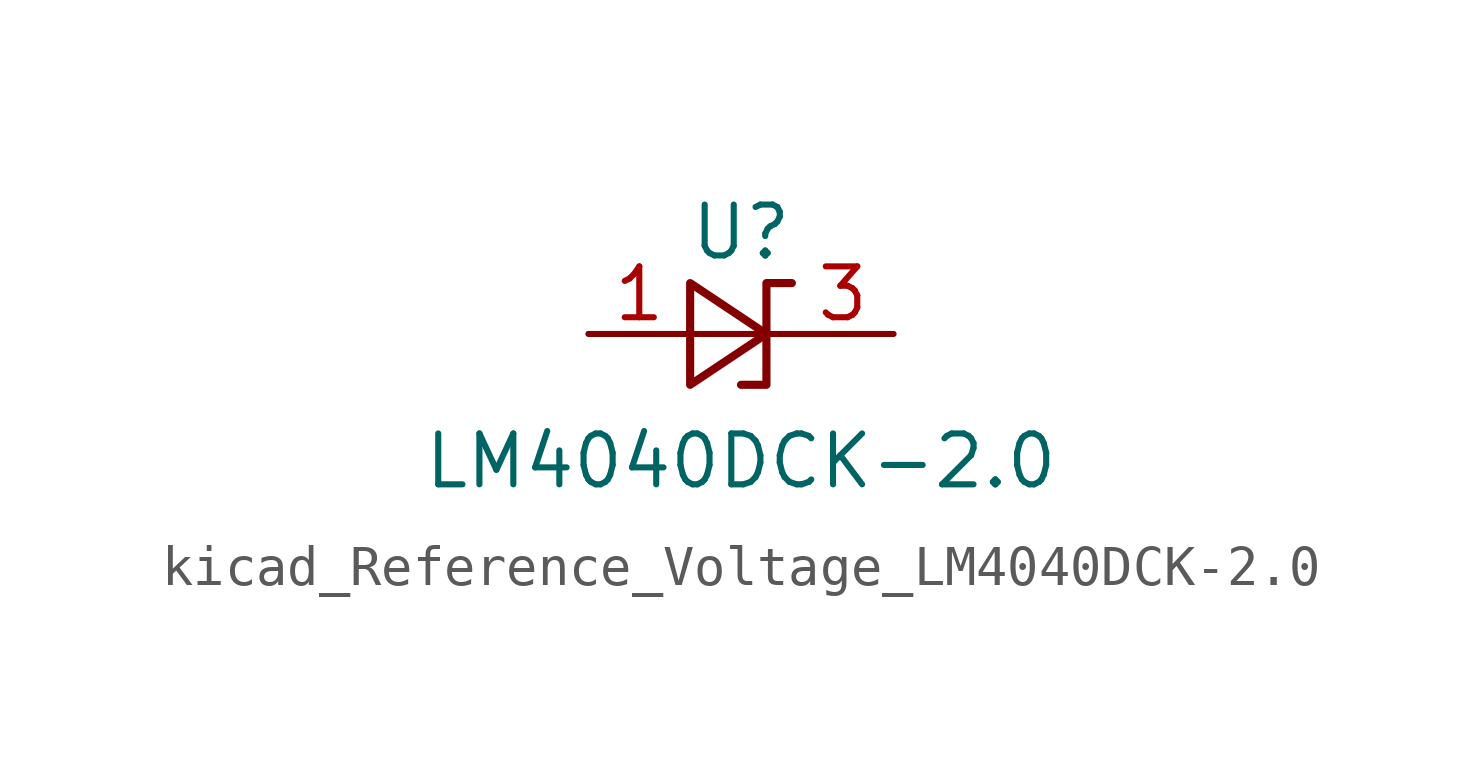
<source format=kicad_sym>
(kicad_symbol_lib
  (version 20220914)
  (generator kicad_symbol_editor)
  (symbol "kicad_Reference_Voltage_LM4040DCK-2.0"
    (pin_names
      (offset 0.025) hide)
    (property "Reference" "U"
      (at 0 2.54 0)
      (effects (font (size 1.27 1.27))))
    (property "Value" "LM4040DCK-2.0"
      (at 0 -3.175 0)
      (effects (font (size 1.27 1.27))))
    (symbol "kicad_Reference_Voltage_LM4040DCK-2.0_0_1"
      (polyline (pts (xy -1.27 0) (xy 0 0) (xy 1.27 0)) (stroke (width 0) (type default)) (fill (type none)))
      (polyline (pts (xy -1.27 -1.27) (xy 0.635 0) (xy -1.27 1.27) (xy -1.27 -1.27)) (stroke (width 0.203) (type default)) (fill (type none)))
      (polyline (pts (xy 0 -1.27) (xy 0.635 -1.27) (xy 0.635 1.27) (xy 1.27 1.27)) (stroke (width 0.203) (type default)) (fill (type none))))
    (symbol "kicad_Reference_Voltage_LM4040DCK-2.0_1_1"
      (pin passive line (at -3.81 0 0) (length 2.54) (name "A" (effects (font (size 1.27 1.27)))) (number "1" (effects (font (size 1.27 1.27)))))
      (pin passive line (at 3.81 0 180) (length 2.54) (name "K" (effects (font (size 1.27 1.27)))) (number "3" (effects (font (size 1.27 1.27))))))))
</source>
